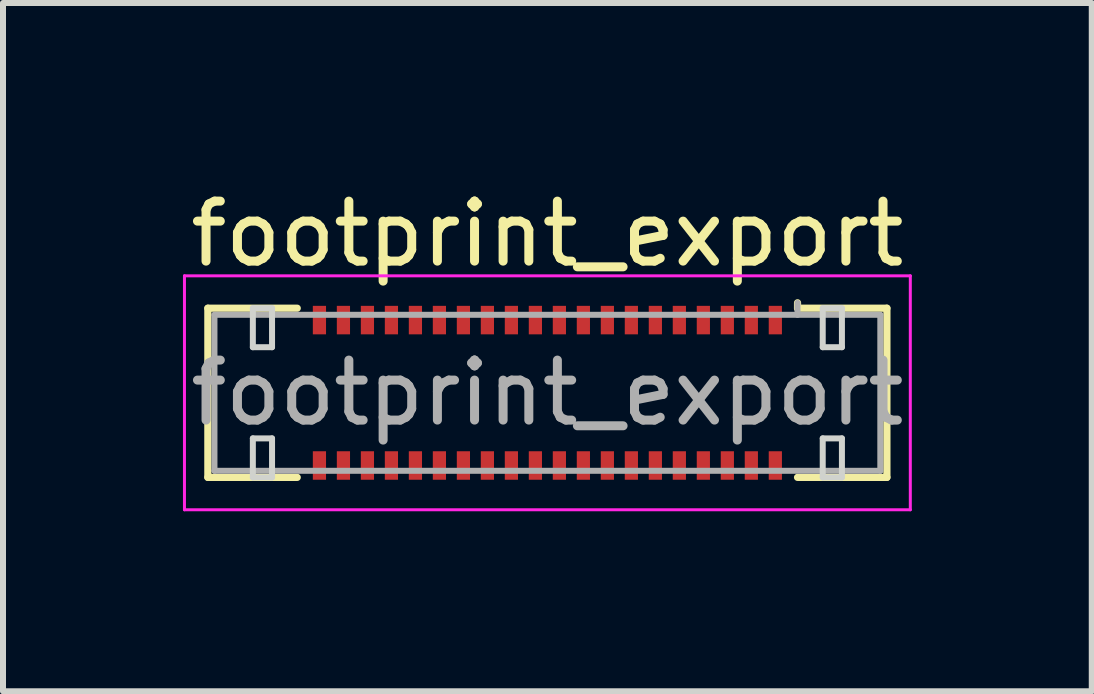
<source format=kicad_pcb>
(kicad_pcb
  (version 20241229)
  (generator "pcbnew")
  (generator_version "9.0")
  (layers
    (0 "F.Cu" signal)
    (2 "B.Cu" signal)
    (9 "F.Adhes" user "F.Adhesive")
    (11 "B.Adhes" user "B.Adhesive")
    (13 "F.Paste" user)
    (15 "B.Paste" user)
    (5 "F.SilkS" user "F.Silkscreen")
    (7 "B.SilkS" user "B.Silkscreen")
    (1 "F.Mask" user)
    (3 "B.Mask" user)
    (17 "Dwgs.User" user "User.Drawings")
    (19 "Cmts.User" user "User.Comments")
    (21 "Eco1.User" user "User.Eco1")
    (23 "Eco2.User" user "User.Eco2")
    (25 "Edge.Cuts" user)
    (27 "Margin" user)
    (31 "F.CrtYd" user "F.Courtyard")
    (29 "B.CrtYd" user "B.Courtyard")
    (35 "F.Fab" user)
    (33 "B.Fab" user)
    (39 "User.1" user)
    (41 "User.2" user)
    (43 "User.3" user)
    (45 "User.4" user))
  (footprint "footprint_export"
    (layer "F.Cu")
    (at 6.075 3.498)
    (property "Reference" "footprint_export" (at 0 -2.65 0) (layer "F.SilkS") (effects (font (size 1 1) (thickness 0.15))))
    (attr smd)
    (fp_line (start -5.66 -1.41) (end -4.17 -1.41) (stroke (width 0.12) (type solid)) (layer "F.SilkS"))
    (fp_line (start -5.66 1.41) (end -5.66 -1.41) (stroke (width 0.12) (type solid)) (layer "F.SilkS"))
    (fp_line (start -4.17 1.41) (end -5.66 1.41) (stroke (width 0.12) (type solid)) (layer "F.SilkS"))
    (fp_line (start 4.17 -1.41) (end 4.17 -1.5) (stroke (width 0.12) (type solid)) (layer "F.SilkS"))
    (fp_line (start 4.17 1.41) (end 5.66 1.41) (stroke (width 0.12) (type solid)) (layer "F.SilkS"))
    (fp_line (start 5.66 -1.41) (end 4.17 -1.41) (stroke (width 0.12) (type solid)) (layer "F.SilkS"))
    (fp_line (start 5.66 1.41) (end 5.66 -1.41) (stroke (width 0.12) (type solid)) (layer "F.SilkS"))
    (fp_line (start -4.91 -1.41) (end -4.91 -0.76) (stroke (width 0.1) (type solid)) (layer "Edge.Cuts"))
    (fp_line (start -4.91 -0.76) (end -4.59 -0.76) (stroke (width 0.1) (type solid)) (layer "Edge.Cuts"))
    (fp_line (start -4.91 0.76) (end -4.91 1.41) (stroke (width 0.1) (type solid)) (layer "Edge.Cuts"))
    (fp_line (start -4.91 1.41) (end -4.59 1.41) (stroke (width 0.1) (type solid)) (layer "Edge.Cuts"))
    (fp_line (start -4.59 -1.41) (end -4.91 -1.41) (stroke (width 0.1) (type solid)) (layer "Edge.Cuts"))
    (fp_line (start -4.59 -0.76) (end -4.59 -1.41) (stroke (width 0.1) (type solid)) (layer "Edge.Cuts"))
    (fp_line (start -4.59 0.76) (end -4.91 0.76) (stroke (width 0.1) (type solid)) (layer "Edge.Cuts"))
    (fp_line (start -4.59 1.41) (end -4.59 0.76) (stroke (width 0.1) (type solid)) (layer "Edge.Cuts"))
    (fp_line (start 4.59 -1.41) (end 4.59 -0.76) (stroke (width 0.1) (type solid)) (layer "Edge.Cuts"))
    (fp_line (start 4.59 -0.76) (end 4.91 -0.76) (stroke (width 0.1) (type solid)) (layer "Edge.Cuts"))
    (fp_line (start 4.59 0.76) (end 4.59 1.41) (stroke (width 0.1) (type solid)) (layer "Edge.Cuts"))
    (fp_line (start 4.59 1.41) (end 4.91 1.41) (stroke (width 0.1) (type solid)) (layer "Edge.Cuts"))
    (fp_line (start 4.91 -1.41) (end 4.59 -1.41) (stroke (width 0.1) (type solid)) (layer "Edge.Cuts"))
    (fp_line (start 4.91 -0.76) (end 4.91 -1.41) (stroke (width 0.1) (type solid)) (layer "Edge.Cuts"))
    (fp_line (start 4.91 0.76) (end 4.59 0.76) (stroke (width 0.1) (type solid)) (layer "Edge.Cuts"))
    (fp_line (start 4.91 1.41) (end 4.91 0.76) (stroke (width 0.1) (type solid)) (layer "Edge.Cuts"))
    (fp_line (start -6.05 -1.95) (end -6.05 1.95) (stroke (width 0.05) (type solid)) (layer "F.CrtYd"))
    (fp_line (start -6.05 1.95) (end 6.05 1.95) (stroke (width 0.05) (type solid)) (layer "F.CrtYd"))
    (fp_line (start 6.05 -1.95) (end -6.05 -1.95) (stroke (width 0.05) (type solid)) (layer "F.CrtYd"))
    (fp_line (start 6.05 1.95) (end 6.05 -1.95) (stroke (width 0.05) (type solid)) (layer "F.CrtYd"))
    (fp_line (start -5.55 -1.3) (end -5.55 1.3) (stroke (width 0.1) (type solid)) (layer "F.Fab"))
    (fp_line (start -5.55 1.3) (end 5.55 1.3) (stroke (width 0.1) (type solid)) (layer "F.Fab"))
    (fp_line (start 4.17 -1.3) (end 4.17 -1.5) (stroke (width 0.1) (type solid)) (layer "F.Fab"))
    (fp_line (start 5.55 -1.3) (end -5.55 -1.3) (stroke (width 0.1) (type solid)) (layer "F.Fab"))
    (fp_line (start 5.55 1.3) (end 5.55 -1.3) (stroke (width 0.1) (type solid)) (layer "F.Fab"))
    (fp_text user "${REFERENCE}" (at 0 0 0) (layer "F.Fab") (effects (font (size 1 1) (thickness 0.15))))
    (pad "1" smd rect (at 3.8 -1.212) (size 0.22 0.475) (layers "F.Cu" "F.Mask" "F.Paste"))
    (pad "2" smd rect (at 3.8 1.212) (size 0.22 0.475) (layers "F.Cu" "F.Mask" "F.Paste"))
    (pad "3" smd rect (at 3.4 -1.212) (size 0.22 0.475) (layers "F.Cu" "F.Mask" "F.Paste"))
    (pad "4" smd rect (at 3.4 1.212) (size 0.22 0.475) (layers "F.Cu" "F.Mask" "F.Paste"))
    (pad "5" smd rect (at 3 -1.212) (size 0.22 0.475) (layers "F.Cu" "F.Mask" "F.Paste"))
    (pad "6" smd rect (at 3 1.212) (size 0.22 0.475) (layers "F.Cu" "F.Mask" "F.Paste"))
    (pad "7" smd rect (at 2.6 -1.212) (size 0.22 0.475) (layers "F.Cu" "F.Mask" "F.Paste"))
    (pad "8" smd rect (at 2.6 1.212) (size 0.22 0.475) (layers "F.Cu" "F.Mask" "F.Paste"))
    (pad "9" smd rect (at 2.2 -1.212) (size 0.22 0.475) (layers "F.Cu" "F.Mask" "F.Paste"))
    (pad "10" smd rect (at 2.2 1.212) (size 0.22 0.475) (layers "F.Cu" "F.Mask" "F.Paste"))
    (pad "11" smd rect (at 1.8 -1.212) (size 0.22 0.475) (layers "F.Cu" "F.Mask" "F.Paste"))
    (pad "12" smd rect (at 1.8 1.212) (size 0.22 0.475) (layers "F.Cu" "F.Mask" "F.Paste"))
    (pad "13" smd rect (at 1.4 -1.212) (size 0.22 0.475) (layers "F.Cu" "F.Mask" "F.Paste"))
    (pad "14" smd rect (at 1.4 1.212) (size 0.22 0.475) (layers "F.Cu" "F.Mask" "F.Paste"))
    (pad "15" smd rect (at 1 -1.212) (size 0.22 0.475) (layers "F.Cu" "F.Mask" "F.Paste"))
    (pad "16" smd rect (at 1 1.212) (size 0.22 0.475) (layers "F.Cu" "F.Mask" "F.Paste"))
    (pad "17" smd rect (at 0.6 -1.212) (size 0.22 0.475) (layers "F.Cu" "F.Mask" "F.Paste"))
    (pad "18" smd rect (at 0.6 1.212) (size 0.22 0.475) (layers "F.Cu" "F.Mask" "F.Paste"))
    (pad "19" smd rect (at 0.2 -1.212) (size 0.22 0.475) (layers "F.Cu" "F.Mask" "F.Paste"))
    (pad "20" smd rect (at 0.2 1.212) (size 0.22 0.475) (layers "F.Cu" "F.Mask" "F.Paste"))
    (pad "21" smd rect (at -0.2 -1.212) (size 0.22 0.475) (layers "F.Cu" "F.Mask" "F.Paste"))
    (pad "22" smd rect (at -0.2 1.212) (size 0.22 0.475) (layers "F.Cu" "F.Mask" "F.Paste"))
    (pad "23" smd rect (at -0.6 -1.212) (size 0.22 0.475) (layers "F.Cu" "F.Mask" "F.Paste"))
    (pad "24" smd rect (at -0.6 1.212) (size 0.22 0.475) (layers "F.Cu" "F.Mask" "F.Paste"))
    (pad "25" smd rect (at -1 -1.212) (size 0.22 0.475) (layers "F.Cu" "F.Mask" "F.Paste"))
    (pad "26" smd rect (at -1 1.212) (size 0.22 0.475) (layers "F.Cu" "F.Mask" "F.Paste"))
    (pad "27" smd rect (at -1.4 -1.212) (size 0.22 0.475) (layers "F.Cu" "F.Mask" "F.Paste"))
    (pad "28" smd rect (at -1.4 1.212) (size 0.22 0.475) (layers "F.Cu" "F.Mask" "F.Paste"))
    (pad "29" smd rect (at -1.8 -1.212) (size 0.22 0.475) (layers "F.Cu" "F.Mask" "F.Paste"))
    (pad "30" smd rect (at -1.8 1.212) (size 0.22 0.475) (layers "F.Cu" "F.Mask" "F.Paste"))
    (pad "31" smd rect (at -2.2 -1.212) (size 0.22 0.475) (layers "F.Cu" "F.Mask" "F.Paste"))
    (pad "32" smd rect (at -2.2 1.212) (size 0.22 0.475) (layers "F.Cu" "F.Mask" "F.Paste"))
    (pad "33" smd rect (at -2.6 -1.212) (size 0.22 0.475) (layers "F.Cu" "F.Mask" "F.Paste"))
    (pad "34" smd rect (at -2.6 1.212) (size 0.22 0.475) (layers "F.Cu" "F.Mask" "F.Paste"))
    (pad "35" smd rect (at -3 -1.212) (size 0.22 0.475) (layers "F.Cu" "F.Mask" "F.Paste"))
    (pad "36" smd rect (at -3 1.212) (size 0.22 0.475) (layers "F.Cu" "F.Mask" "F.Paste"))
    (pad "37" smd rect (at -3.4 -1.212) (size 0.22 0.475) (layers "F.Cu" "F.Mask" "F.Paste"))
    (pad "38" smd rect (at -3.4 1.212) (size 0.22 0.475) (layers "F.Cu" "F.Mask" "F.Paste"))
    (pad "39" smd rect (at -3.8 -1.212) (size 0.22 0.475) (layers "F.Cu" "F.Mask" "F.Paste"))
    (pad "40" smd rect (at -3.8 1.212) (size 0.22 0.475) (layers "F.Cu" "F.Mask" "F.Paste")))
  (gr_rect
    (start -3 -3)
    (end 15.15 8.473)
    (stroke (width 0.1) (type default))
    (fill no)
    (layer "Edge.Cuts")))
</source>
